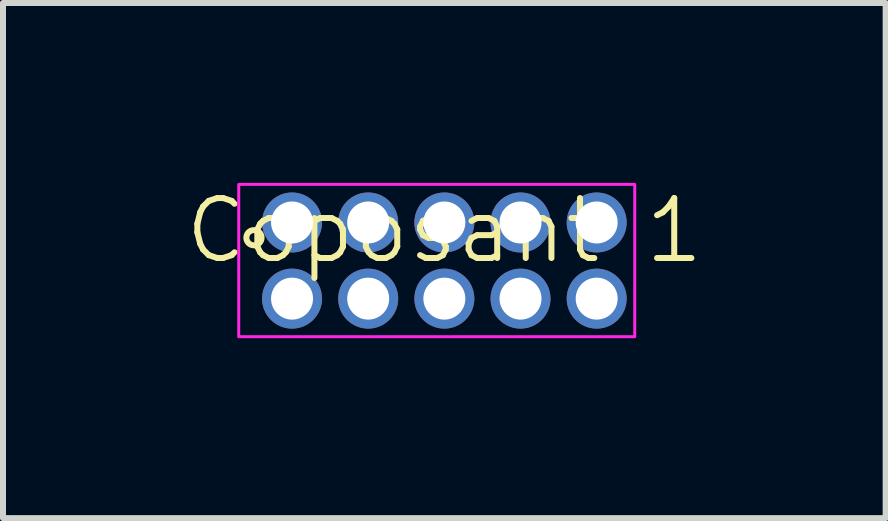
<source format=kicad_pcb>
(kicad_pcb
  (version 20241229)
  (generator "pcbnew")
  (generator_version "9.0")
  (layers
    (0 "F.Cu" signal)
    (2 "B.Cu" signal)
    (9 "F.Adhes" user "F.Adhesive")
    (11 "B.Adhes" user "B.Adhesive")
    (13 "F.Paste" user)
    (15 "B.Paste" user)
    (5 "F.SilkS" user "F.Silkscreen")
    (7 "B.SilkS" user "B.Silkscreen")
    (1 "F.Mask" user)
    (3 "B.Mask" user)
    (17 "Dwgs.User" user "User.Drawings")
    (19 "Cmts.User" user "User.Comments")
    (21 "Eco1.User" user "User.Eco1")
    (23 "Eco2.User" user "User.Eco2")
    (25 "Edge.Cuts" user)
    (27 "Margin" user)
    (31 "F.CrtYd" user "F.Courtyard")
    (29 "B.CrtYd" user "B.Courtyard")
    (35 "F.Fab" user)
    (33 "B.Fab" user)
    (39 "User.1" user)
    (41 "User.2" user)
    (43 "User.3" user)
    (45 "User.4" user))
  (footprint "Coposant 1"
    (layer "F.Cu")
    (at 4.36 1.295)
    (property "Reference" "Coposant 1" (at 0 -0.5 0) (unlocked yes) (layer "F.SilkS") (effects (font (size 1 1) (thickness 0.1))))
    (attr through_hole)
    (fp_circle (center -3.175 -0.381) (end -3.175 -0.254) (stroke (width 0.1) (type default)) (fill no) (layer "F.SilkS"))
    (fp_rect (start -3.429 -1.27) (end 3.175 1.27) (stroke (width 0.05) (type solid)) (fill no) (layer "F.CrtYd"))
    (pad "1" thru_hole circle (at -2.54 -0.635) (size 1 1) (drill 0.7) (layers "*.Cu" "*.Mask"))
    (pad "2" thru_hole circle (at -2.54 0.635) (size 1 1) (drill 0.7) (layers "*.Cu" "*.Mask"))
    (pad "3" thru_hole circle (at -1.27 -0.635) (size 1 1) (drill 0.7) (layers "*.Cu" "*.Mask"))
    (pad "4" thru_hole circle (at -1.27 0.635) (size 1 1) (drill 0.7) (layers "*.Cu" "*.Mask"))
    (pad "5" thru_hole circle (at 0 -0.635) (size 1 1) (drill 0.7) (layers "*.Cu" "*.Mask"))
    (pad "6" thru_hole circle (at 0 0.635) (size 1 1) (drill 0.7) (layers "*.Cu" "*.Mask"))
    (pad "7" thru_hole circle (at 1.27 -0.635) (size 1 1) (drill 0.7) (layers "*.Cu" "*.Mask"))
    (pad "8" thru_hole circle (at 1.27 0.635) (size 1 1) (drill 0.7) (layers "*.Cu" "*.Mask"))
    (pad "9" thru_hole circle (at 2.54 -0.635) (size 1 1) (drill 0.7) (layers "*.Cu" "*.Mask"))
    (pad "10" thru_hole circle (at 2.54 0.635) (size 1 1) (drill 0.7) (layers "*.Cu" "*.Mask")))
  (gr_rect
    (start -3 -3)
    (end 11.719 5.59)
    (stroke (width 0.1) (type default))
    (fill no)
    (layer "Edge.Cuts")))
</source>
